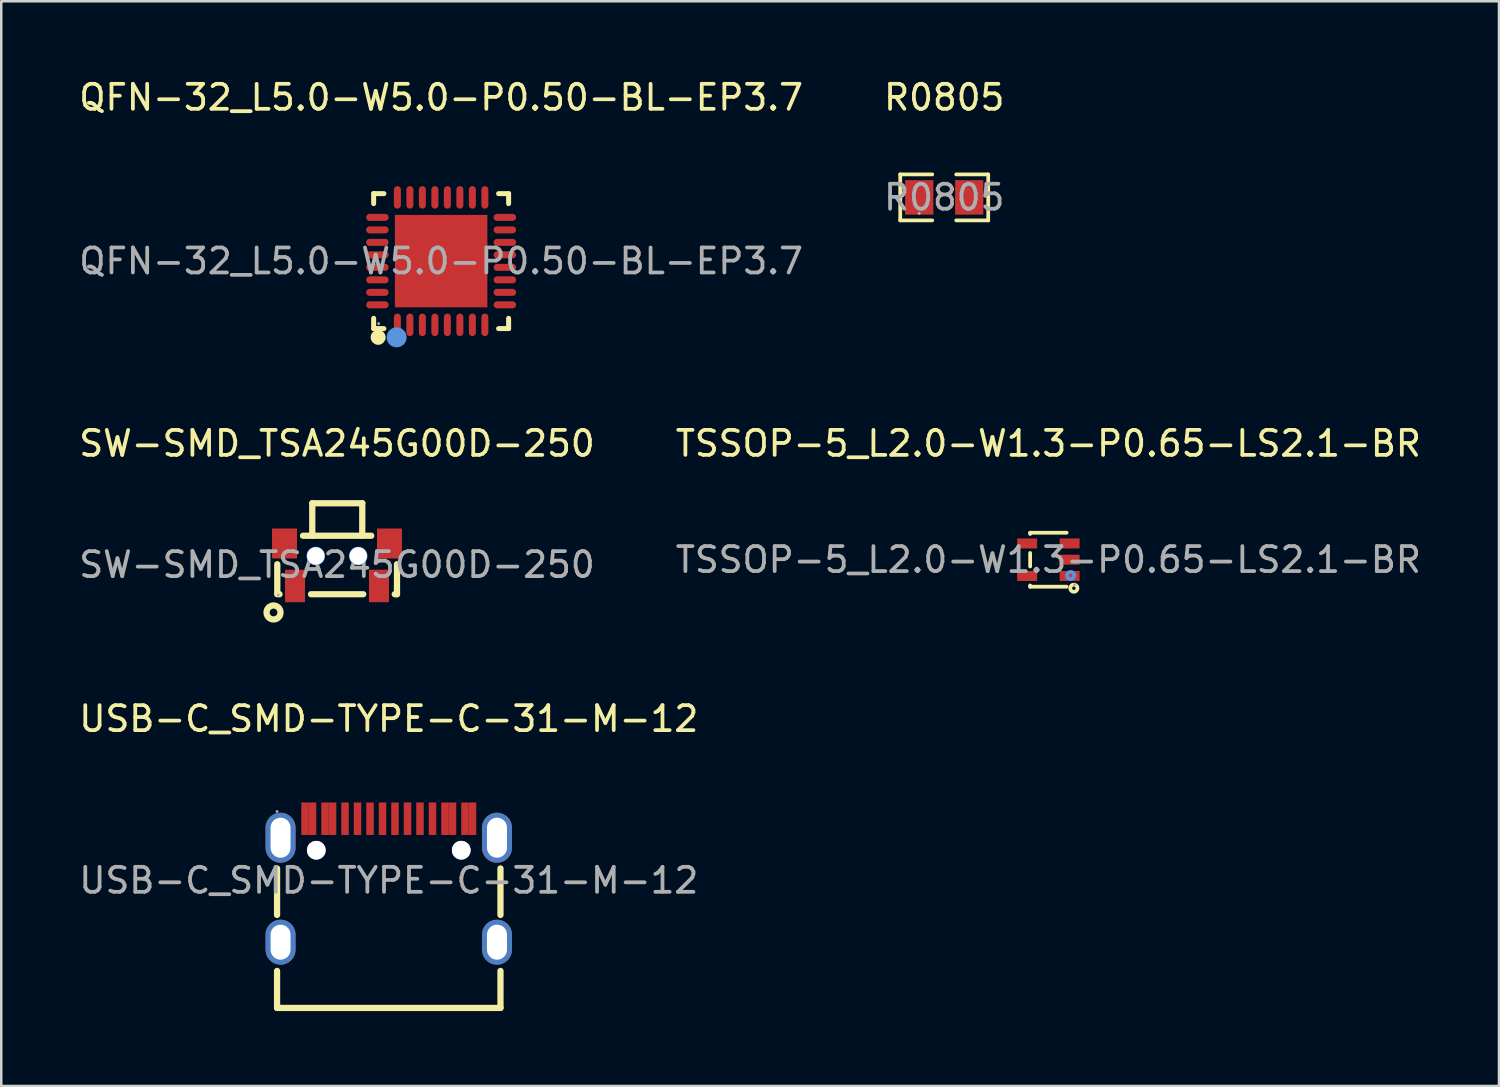
<source format=kicad_pcb>
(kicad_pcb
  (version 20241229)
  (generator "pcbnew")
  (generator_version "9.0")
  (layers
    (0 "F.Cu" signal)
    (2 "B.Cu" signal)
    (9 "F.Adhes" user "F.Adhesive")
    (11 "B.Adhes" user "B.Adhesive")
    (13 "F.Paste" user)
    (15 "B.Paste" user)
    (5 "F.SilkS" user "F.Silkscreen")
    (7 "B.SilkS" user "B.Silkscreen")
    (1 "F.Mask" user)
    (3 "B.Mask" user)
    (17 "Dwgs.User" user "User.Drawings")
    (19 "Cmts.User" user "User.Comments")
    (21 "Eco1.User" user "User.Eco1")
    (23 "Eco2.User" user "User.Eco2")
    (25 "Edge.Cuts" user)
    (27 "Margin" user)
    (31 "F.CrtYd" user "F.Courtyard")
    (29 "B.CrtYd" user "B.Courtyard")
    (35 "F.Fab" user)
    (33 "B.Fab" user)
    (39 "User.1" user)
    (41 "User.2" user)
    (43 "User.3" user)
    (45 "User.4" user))
  (footprint "TSSOP-5_L2.0-W1.3-P0.65-LS2.1-BR"
    (layer "F.Cu")
    (at 38.899 19.346)
    (property "Reference" "TSSOP-5_L2.0-W1.3-P0.65-LS2.1-BR" (at 0 -4.65 0) (layer "F.SilkS") (effects (font (size 1 1) (thickness 0.15))))
    (attr smd)
    (fp_line (start -0.73 -1.03) (end -0.73 -1.08) (stroke (width 0.15) (type solid)) (layer "F.SilkS"))
    (fp_line (start -0.73 0.27) (end -0.73 -0.27) (stroke (width 0.15) (type solid)) (layer "F.SilkS"))
    (fp_line (start -0.73 1.08) (end -0.73 1.03) (stroke (width 0.15) (type solid)) (layer "F.SilkS"))
    (fp_line (start 0.73 -1.08) (end -0.73 -1.08) (stroke (width 0.15) (type solid)) (layer "F.SilkS"))
    (fp_line (start 0.73 1.08) (end -0.73 1.08) (stroke (width 0.15) (type solid)) (layer "F.SilkS"))
    (fp_circle (center 1.02 1.14) (end 1.09 1.14) (stroke (width 0.15) (type solid)) (fill no) (layer "F.SilkS"))
    (fp_circle (center 0.89 0.63) (end 0.96 0.63) (stroke (width 0.15) (type solid)) (fill no) (layer "Cmts.User"))
    (fp_circle (center 1.05 1) (end 1.08 1) (stroke (width 0.06) (type solid)) (fill no) (layer "F.Fab"))
    (fp_text user "${REFERENCE}" (at 0 0 0) (layer "F.Fab") (effects (font (size 1 1) (thickness 0.15))))
    (pad "1" smd rect (at 0.85 0.65 90) (size 0.4 0.8) (layers "F.Cu" "F.Mask" "F.Paste"))
    (pad "2" smd rect (at 0.85 0 90) (size 0.4 0.8) (layers "F.Cu" "F.Mask" "F.Paste"))
    (pad "3" smd rect (at 0.85 -0.65 90) (size 0.4 0.8) (layers "F.Cu" "F.Mask" "F.Paste"))
    (pad "4" smd rect (at -0.85 -0.65 90) (size 0.4 0.8) (layers "F.Cu" "F.Mask" "F.Paste"))
    (pad "5" smd rect (at -0.85 0.65 90) (size 0.4 0.8) (layers "F.Cu" "F.Mask" "F.Paste")))
  (footprint "SW-SMD_TSA245G00D-250"
    (layer "F.Cu")
    (at 10.435 19.547)
    (property "Reference" "SW-SMD_TSA245G00D-250" (at 0 -4.85 0) (layer "F.SilkS") (effects (font (size 1 1) (thickness 0.15))))
    (attr smd)
    (fp_line (start -2.39 1.15) (end -2.39 -0.02) (stroke (width 0.25) (type solid)) (layer "F.SilkS"))
    (fp_line (start -2.39 1.18) (end -2.3 1.18) (stroke (width 0.25) (type solid)) (layer "F.SilkS"))
    (fp_line (start -1.04 1.18) (end 1.05 1.18) (stroke (width 0.25) (type solid)) (layer "F.SilkS"))
    (fp_line (start -0.99 -2.46) (end -0.99 -1.16) (stroke (width 0.25) (type solid)) (layer "F.SilkS"))
    (fp_line (start -0.99 -2.46) (end 1.01 -2.46) (stroke (width 0.25) (type solid)) (layer "F.SilkS"))
    (fp_line (start 1.01 -2.46) (end 1.01 -1.16) (stroke (width 0.25) (type solid)) (layer "F.SilkS"))
    (fp_line (start 1.37 -1.16) (end -1.36 -1.16) (stroke (width 0.25) (type solid)) (layer "F.SilkS"))
    (fp_line (start 2.4 1.18) (end 2.31 1.18) (stroke (width 0.25) (type solid)) (layer "F.SilkS"))
    (fp_line (start 2.4 1.18) (end 2.4 -0.02) (stroke (width 0.25) (type solid)) (layer "F.SilkS"))
    (fp_circle (center -2.54 1.91) (end -2.26 1.91) (stroke (width 0.25) (type solid)) (fill no) (layer "F.SilkS"))
    (fp_circle (center -0.85 -0.35) (end -0.73 -0.35) (stroke (width 0.25) (type solid)) (fill no) (layer "Cmts.User"))
    (fp_circle (center 0.85 -0.35) (end 0.97 -0.35) (stroke (width 0.25) (type solid)) (fill no) (layer "Cmts.User"))
    (fp_circle (center -2.35 1.21) (end -2.32 1.21) (stroke (width 0.06) (type solid)) (fill no) (layer "F.Fab"))
    (fp_text user "${REFERENCE}" (at 0 0 0) (layer "F.Fab") (effects (font (size 1 1) (thickness 0.15))))
    (pad "" thru_hole circle (at -0.85 -0.35) (size 0.7 0.7) (drill 0.7) (layers "*.Cu" "*.Mask"))
    (pad "" thru_hole circle (at 0.85 -0.35) (size 0.7 0.7) (drill 0.7) (layers "*.Cu" "*.Mask"))
    (pad "1" smd rect (at -1.68 0.85 180) (size 0.8 1.3) (layers "F.Cu" "F.Mask" "F.Paste"))
    (pad "2" smd rect (at 1.68 0.85 180) (size 0.8 1.3) (layers "F.Cu" "F.Mask" "F.Paste"))
    (pad "3" smd rect (at 2.1 -0.85 180) (size 1 1.2) (layers "F.Cu" "F.Mask" "F.Paste"))
    (pad "4" smd rect (at -2.1 -0.85 180) (size 1 1.2) (layers "F.Cu" "F.Mask" "F.Paste")))
  (footprint "R0805"
    (layer "F.Cu")
    (at 34.732 4.848)
    (property "Reference" "R0805" (at 0 -4 0) (layer "F.SilkS") (effects (font (size 1 1) (thickness 0.15))))
    (attr smd)
    (fp_line (start -1.76 -0.92) (end -0.48 -0.92) (stroke (width 0.15) (type solid)) (layer "F.SilkS"))
    (fp_line (start -1.76 0.92) (end -1.76 -0.92) (stroke (width 0.15) (type solid)) (layer "F.SilkS"))
    (fp_line (start -0.48 0.92) (end -1.76 0.92) (stroke (width 0.15) (type solid)) (layer "F.SilkS"))
    (fp_line (start 0.48 0.92) (end 1.76 0.92) (stroke (width 0.15) (type solid)) (layer "F.SilkS"))
    (fp_line (start 1.76 -0.92) (end 0.48 -0.92) (stroke (width 0.15) (type solid)) (layer "F.SilkS"))
    (fp_line (start 1.76 0.92) (end 1.76 -0.92) (stroke (width 0.15) (type solid)) (layer "F.SilkS"))
    (fp_circle (center -1 0.64) (end -0.97 0.64) (stroke (width 0.06) (type solid)) (fill no) (layer "F.Fab"))
    (fp_text user "${REFERENCE}" (at 0 0 0) (layer "F.Fab") (effects (font (size 1 1) (thickness 0.15))))
    (pad "1" smd rect (at -1 0) (size 1.13 1.38) (layers "F.Cu" "F.Mask" "F.Paste"))
    (pad "2" smd rect (at 1 0) (size 1.13 1.38) (layers "F.Cu" "F.Mask" "F.Paste")))
  (footprint "QFN-32_L5.0-W5.0-P0.50-BL-EP3.7"
    (layer "F.Cu")
    (at 14.601 7.398)
    (property "Reference" "QFN-32_L5.0-W5.0-P0.50-BL-EP3.7" (at 0 -6.55 0) (layer "F.SilkS") (effects (font (size 1 1) (thickness 0.15))))
    (attr smd)
    (fp_line (start -2.7 -2.7) (end -2.29 -2.7) (stroke (width 0.2) (type solid)) (layer "F.SilkS"))
    (fp_line (start -2.7 -2.3) (end -2.7 -2.7) (stroke (width 0.2) (type solid)) (layer "F.SilkS"))
    (fp_line (start -2.7 2.7) (end -2.7 2.29) (stroke (width 0.2) (type solid)) (layer "F.SilkS"))
    (fp_line (start -2.29 2.7) (end -2.7 2.7) (stroke (width 0.2) (type solid)) (layer "F.SilkS"))
    (fp_line (start 2.3 2.7) (end 2.7 2.7) (stroke (width 0.2) (type solid)) (layer "F.SilkS"))
    (fp_line (start 2.7 -2.7) (end 2.3 -2.7) (stroke (width 0.2) (type solid)) (layer "F.SilkS"))
    (fp_line (start 2.7 -2.3) (end 2.7 -2.7) (stroke (width 0.2) (type solid)) (layer "F.SilkS"))
    (fp_line (start 2.7 2.7) (end 2.7 2.29) (stroke (width 0.2) (type solid)) (layer "F.SilkS"))
    (fp_arc (start -2.52 3.05) (mid -2.52 3.05) (end -2.52 3.05) (stroke (width 0.3) (type solid)) (layer "F.SilkS"))
    (fp_circle (center -1.78 3.05) (end -1.58 3.05) (stroke (width 0.4) (type solid)) (fill no) (layer "Cmts.User"))
    (fp_circle (center -2.5 2.5) (end -2.47 2.5) (stroke (width 0.06) (type solid)) (fill no) (layer "F.Fab"))
    (fp_text user "${REFERENCE}" (at 0 0 0) (layer "F.Fab") (effects (font (size 1 1) (thickness 0.15))))
    (pad "1" smd oval (at -1.75 2.55) (size 0.28 0.9) (layers "F.Cu" "F.Mask" "F.Paste"))
    (pad "2" smd oval (at -1.25 2.55) (size 0.28 0.9) (layers "F.Cu" "F.Mask" "F.Paste"))
    (pad "3" smd oval (at -0.75 2.55) (size 0.28 0.9) (layers "F.Cu" "F.Mask" "F.Paste"))
    (pad "4" smd oval (at -0.25 2.55) (size 0.28 0.9) (layers "F.Cu" "F.Mask" "F.Paste"))
    (pad "5" smd oval (at 0.25 2.55) (size 0.28 0.9) (layers "F.Cu" "F.Mask" "F.Paste"))
    (pad "6" smd oval (at 0.75 2.55) (size 0.28 0.9) (layers "F.Cu" "F.Mask" "F.Paste"))
    (pad "7" smd oval (at 1.25 2.55) (size 0.28 0.9) (layers "F.Cu" "F.Mask" "F.Paste"))
    (pad "8" smd oval (at 1.75 2.55) (size 0.28 0.9) (layers "F.Cu" "F.Mask" "F.Paste"))
    (pad "9" smd oval (at 2.55 1.75) (size 0.9 0.28) (layers "F.Cu" "F.Mask" "F.Paste"))
    (pad "10" smd oval (at 2.55 1.25) (size 0.9 0.28) (layers "F.Cu" "F.Mask" "F.Paste"))
    (pad "11" smd oval (at 2.55 0.75) (size 0.9 0.28) (layers "F.Cu" "F.Mask" "F.Paste"))
    (pad "12" smd oval (at 2.55 0.25) (size 0.9 0.28) (layers "F.Cu" "F.Mask" "F.Paste"))
    (pad "13" smd oval (at 2.55 -0.25) (size 0.9 0.28) (layers "F.Cu" "F.Mask" "F.Paste"))
    (pad "14" smd oval (at 2.55 -0.75) (size 0.9 0.28) (layers "F.Cu" "F.Mask" "F.Paste"))
    (pad "15" smd oval (at 2.55 -1.25) (size 0.9 0.28) (layers "F.Cu" "F.Mask" "F.Paste"))
    (pad "16" smd oval (at 2.55 -1.75) (size 0.9 0.28) (layers "F.Cu" "F.Mask" "F.Paste"))
    (pad "17" smd oval (at 1.75 -2.55) (size 0.28 0.9) (layers "F.Cu" "F.Mask" "F.Paste"))
    (pad "18" smd oval (at 1.25 -2.55) (size 0.28 0.9) (layers "F.Cu" "F.Mask" "F.Paste"))
    (pad "19" smd oval (at 0.75 -2.55) (size 0.28 0.9) (layers "F.Cu" "F.Mask" "F.Paste"))
    (pad "20" smd oval (at 0.25 -2.55) (size 0.28 0.9) (layers "F.Cu" "F.Mask" "F.Paste"))
    (pad "21" smd oval (at -0.25 -2.55) (size 0.28 0.9) (layers "F.Cu" "F.Mask" "F.Paste"))
    (pad "22" smd oval (at -0.75 -2.55) (size 0.28 0.9) (layers "F.Cu" "F.Mask" "F.Paste"))
    (pad "23" smd oval (at -1.25 -2.55) (size 0.28 0.9) (layers "F.Cu" "F.Mask" "F.Paste"))
    (pad "24" smd oval (at -1.75 -2.55) (size 0.28 0.9) (layers "F.Cu" "F.Mask" "F.Paste"))
    (pad "25" smd oval (at -2.55 -1.75) (size 0.9 0.28) (layers "F.Cu" "F.Mask" "F.Paste"))
    (pad "26" smd oval (at -2.55 -1.25) (size 0.9 0.28) (layers "F.Cu" "F.Mask" "F.Paste"))
    (pad "27" smd oval (at -2.55 -0.75) (size 0.9 0.28) (layers "F.Cu" "F.Mask" "F.Paste"))
    (pad "28" smd oval (at -2.55 -0.25) (size 0.9 0.28) (layers "F.Cu" "F.Mask" "F.Paste"))
    (pad "29" smd oval (at -2.55 0.25) (size 0.9 0.28) (layers "F.Cu" "F.Mask" "F.Paste"))
    (pad "30" smd oval (at -2.55 0.75) (size 0.9 0.28) (layers "F.Cu" "F.Mask" "F.Paste"))
    (pad "31" smd oval (at -2.55 1.25) (size 0.9 0.28) (layers "F.Cu" "F.Mask" "F.Paste"))
    (pad "32" smd oval (at -2.55 1.75) (size 0.9 0.28) (layers "F.Cu" "F.Mask" "F.Paste"))
    (pad "33" smd rect (at 0 0) (size 3.7 3.7) (layers "F.Cu" "F.Mask" "F.Paste")))
  (footprint "USB-C_SMD-TYPE-C-31-M-12"
    (layer "F.Cu")
    (at 12.506 32.18)
    (property "Reference" "USB-C_SMD-TYPE-C-31-M-12" (at 0 -6.47 0) (layer "F.SilkS") (effects (font (size 1 1) (thickness 0.15))))
    (attr smd)
    (fp_line (start -4.47 1.38) (end -4.47 -0.48) (stroke (width 0.25) (type solid)) (layer "F.SilkS"))
    (fp_line (start -4.47 5.1) (end -4.47 3.62) (stroke (width 0.25) (type solid)) (layer "F.SilkS"))
    (fp_line (start 4.47 1.38) (end 4.47 -0.48) (stroke (width 0.25) (type solid)) (layer "F.SilkS"))
    (fp_line (start 4.47 5.1) (end -4.47 5.1) (stroke (width 0.25) (type solid)) (layer "F.SilkS"))
    (fp_line (start 4.47 5.1) (end 4.47 3.62) (stroke (width 0.25) (type solid)) (layer "F.SilkS"))
    (fp_circle (center -2.9 -1.21) (end -2.78 -1.21) (stroke (width 0.25) (type solid)) (fill no) (layer "Cmts.User"))
    (fp_circle (center 2.9 -1.21) (end 3.02 -1.21) (stroke (width 0.25) (type solid)) (fill no) (layer "Cmts.User"))
    (fp_circle (center -4.47 -2.76) (end -4.44 -2.76) (stroke (width 0.06) (type solid)) (fill no) (layer "F.Fab"))
    (fp_text user "${REFERENCE}" (at 0 0 0) (layer "F.Fab") (effects (font (size 1 1) (thickness 0.15))))
    (pad "" thru_hole circle (at -2.9 -1.21) (size 0.75 0.75) (drill 0.75) (layers "*.Cu" "*.Mask"))
    (pad "" thru_hole circle (at 2.9 -1.21) (size 0.75 0.75) (drill 0.75) (layers "*.Cu" "*.Mask"))
    (pad "0" thru_hole oval (at -4.33 -1.71) (size 1.2 2) (drill oval 0.8 1.6) (layers "*.Cu" "*.Mask"))
    (pad "1" thru_hole oval (at 4.33 -1.71) (size 1.2 2) (drill oval 0.8 1.6) (layers "*.Cu" "*.Mask"))
    (pad "2" thru_hole oval (at 4.33 2.47) (size 1.2 1.8) (drill oval 0.8 1.4) (layers "*.Cu" "*.Mask"))
    (pad "3" thru_hole oval (at -4.33 2.47) (size 1.2 1.8) (drill oval 0.8 1.4) (layers "*.Cu" "*.Mask"))
    (pad "A1" smd rect (at -3.35 -2.47) (size 0.3 1.3) (layers "F.Cu" "F.Mask" "F.Paste"))
    (pad "A4" smd rect (at -2.55 -2.47) (size 0.3 1.3) (layers "F.Cu" "F.Mask" "F.Paste"))
    (pad "A5" smd rect (at -1.25 -2.47) (size 0.3 1.3) (layers "F.Cu" "F.Mask" "F.Paste"))
    (pad "A6" smd rect (at -0.25 -2.47) (size 0.3 1.3) (layers "F.Cu" "F.Mask" "F.Paste"))
    (pad "A7" smd rect (at 0.25 -2.47) (size 0.3 1.3) (layers "F.Cu" "F.Mask" "F.Paste"))
    (pad "A8" smd rect (at 1.25 -2.47) (size 0.3 1.3) (layers "F.Cu" "F.Mask" "F.Paste"))
    (pad "A9" smd rect (at 2.55 -2.47) (size 0.3 1.3) (layers "F.Cu" "F.Mask" "F.Paste"))
    (pad "A12" smd rect (at 3.35 -2.47) (size 0.3 1.3) (layers "F.Cu" "F.Mask" "F.Paste"))
    (pad "B1" smd rect (at 3.05 -2.47) (size 0.3 1.3) (layers "F.Cu" "F.Mask" "F.Paste"))
    (pad "B4" smd rect (at 2.25 -2.47) (size 0.3 1.3) (layers "F.Cu" "F.Mask" "F.Paste"))
    (pad "B5" smd rect (at 1.75 -2.47) (size 0.3 1.3) (layers "F.Cu" "F.Mask" "F.Paste"))
    (pad "B6" smd rect (at 0.75 -2.47) (size 0.3 1.3) (layers "F.Cu" "F.Mask" "F.Paste"))
    (pad "B7" smd rect (at -0.75 -2.47) (size 0.3 1.3) (layers "F.Cu" "F.Mask" "F.Paste"))
    (pad "B8" smd rect (at -1.75 -2.47) (size 0.3 1.3) (layers "F.Cu" "F.Mask" "F.Paste"))
    (pad "B9" smd rect (at -2.25 -2.47) (size 0.3 1.3) (layers "F.Cu" "F.Mask" "F.Paste"))
    (pad "B12" smd rect (at -3.05 -2.47) (size 0.3 1.3) (layers "F.Cu" "F.Mask" "F.Paste")))
  (gr_rect
    (start -3 -3)
    (end 56.929 40.405)
    (stroke (width 0.1) (type default))
    (fill no)
    (layer "Edge.Cuts")))
</source>
